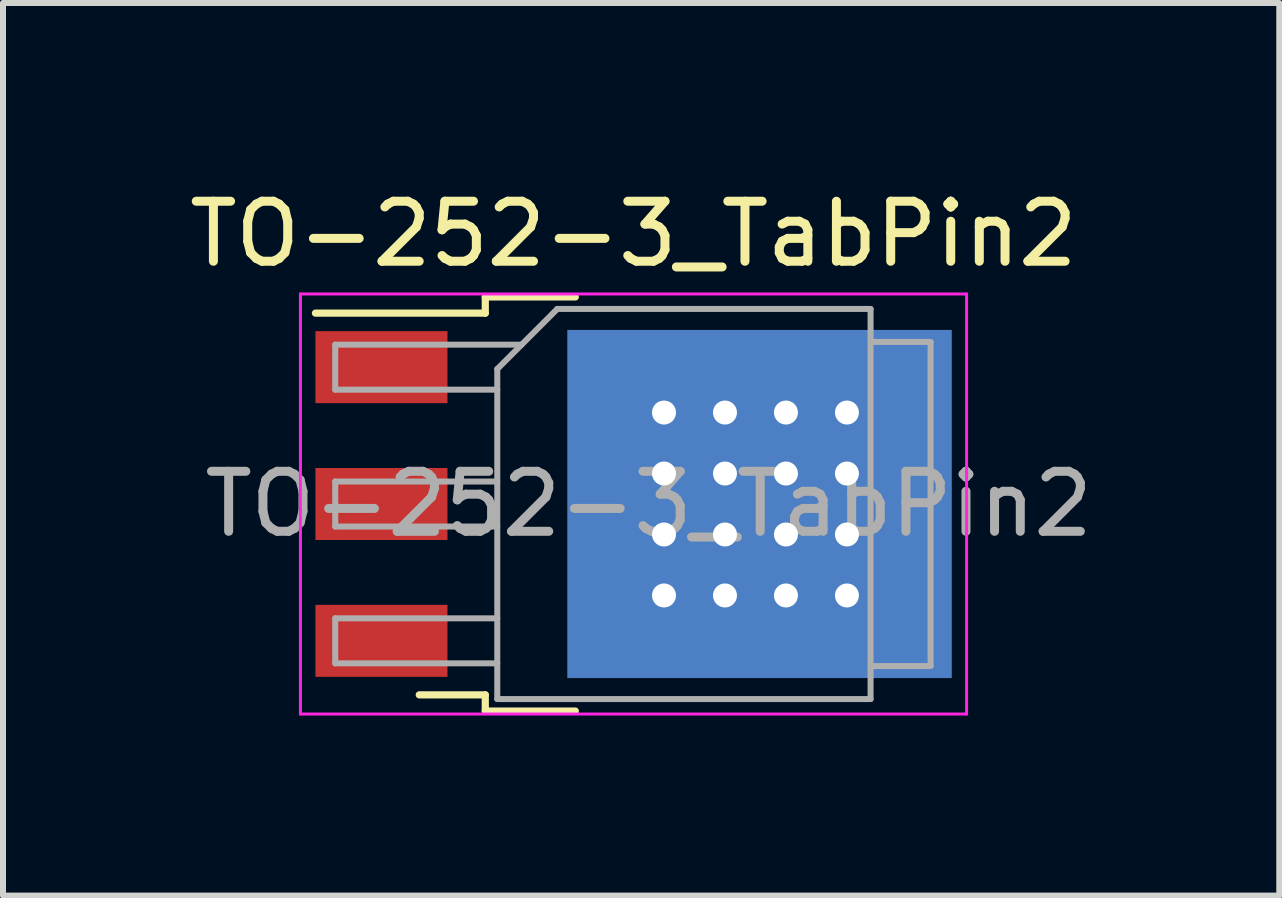
<source format=kicad_pcb>
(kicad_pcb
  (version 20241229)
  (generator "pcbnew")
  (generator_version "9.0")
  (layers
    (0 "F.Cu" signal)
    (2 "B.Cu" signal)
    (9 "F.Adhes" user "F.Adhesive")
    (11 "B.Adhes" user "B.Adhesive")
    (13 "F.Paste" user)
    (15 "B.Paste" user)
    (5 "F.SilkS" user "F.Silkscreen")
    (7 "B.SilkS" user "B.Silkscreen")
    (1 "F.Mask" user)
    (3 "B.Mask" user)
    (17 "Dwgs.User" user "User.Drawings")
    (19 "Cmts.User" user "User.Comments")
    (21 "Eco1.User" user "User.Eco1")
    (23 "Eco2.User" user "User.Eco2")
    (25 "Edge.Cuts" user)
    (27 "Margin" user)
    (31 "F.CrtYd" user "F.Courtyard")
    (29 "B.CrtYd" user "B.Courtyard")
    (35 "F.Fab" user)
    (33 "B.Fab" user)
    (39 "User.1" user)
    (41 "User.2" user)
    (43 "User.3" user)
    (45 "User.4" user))
  (footprint "TO-252-3_TabPin2"
    (layer "F.Cu")
    (at 7.506 5.348)
    (property "Reference" "TO-252-3_TabPin2" (at 0 -4.5 0) (layer "F.SilkS") (effects (font (size 1 1) (thickness 0.15))))
    (attr smd)
    (fp_line (start -2.47 -3.45) (end -2.47 -3.18) (stroke (width 0.12) (type solid)) (layer "F.SilkS"))
    (fp_line (start -2.47 -3.18) (end -5.3 -3.18) (stroke (width 0.12) (type solid)) (layer "F.SilkS"))
    (fp_line (start -2.47 3.18) (end -3.57 3.18) (stroke (width 0.12) (type solid)) (layer "F.SilkS"))
    (fp_line (start -2.47 3.45) (end -2.47 3.18) (stroke (width 0.12) (type solid)) (layer "F.SilkS"))
    (fp_line (start -0.97 -3.45) (end -2.47 -3.45) (stroke (width 0.12) (type solid)) (layer "F.SilkS"))
    (fp_line (start -0.97 3.45) (end -2.47 3.45) (stroke (width 0.12) (type solid)) (layer "F.SilkS"))
    (fp_line (start -5.55 -3.5) (end -5.55 3.5) (stroke (width 0.05) (type solid)) (layer "F.CrtYd"))
    (fp_line (start -5.55 3.5) (end 5.55 3.5) (stroke (width 0.05) (type solid)) (layer "F.CrtYd"))
    (fp_line (start 5.55 -3.5) (end -5.55 -3.5) (stroke (width 0.05) (type solid)) (layer "F.CrtYd"))
    (fp_line (start 5.55 3.5) (end 5.55 -3.5) (stroke (width 0.05) (type solid)) (layer "F.CrtYd"))
    (fp_line (start -4.97 -2.655) (end -4.97 -1.905) (stroke (width 0.1) (type solid)) (layer "F.Fab"))
    (fp_line (start -4.97 -1.905) (end -2.27 -1.905) (stroke (width 0.1) (type solid)) (layer "F.Fab"))
    (fp_line (start -4.97 -0.375) (end -4.97 0.375) (stroke (width 0.1) (type solid)) (layer "F.Fab"))
    (fp_line (start -4.97 0.375) (end -2.27 0.375) (stroke (width 0.1) (type solid)) (layer "F.Fab"))
    (fp_line (start -4.97 1.905) (end -4.97 2.655) (stroke (width 0.1) (type solid)) (layer "F.Fab"))
    (fp_line (start -4.97 2.655) (end -2.27 2.655) (stroke (width 0.1) (type solid)) (layer "F.Fab"))
    (fp_line (start -2.27 -2.25) (end -1.27 -3.25) (stroke (width 0.1) (type solid)) (layer "F.Fab"))
    (fp_line (start -2.27 -0.375) (end -4.97 -0.375) (stroke (width 0.1) (type solid)) (layer "F.Fab"))
    (fp_line (start -2.27 1.905) (end -4.97 1.905) (stroke (width 0.1) (type solid)) (layer "F.Fab"))
    (fp_line (start -2.27 3.25) (end -2.27 -2.25) (stroke (width 0.1) (type solid)) (layer "F.Fab"))
    (fp_line (start -1.865 -2.655) (end -4.97 -2.655) (stroke (width 0.1) (type solid)) (layer "F.Fab"))
    (fp_line (start -1.27 -3.25) (end 3.95 -3.25) (stroke (width 0.1) (type solid)) (layer "F.Fab"))
    (fp_line (start 3.95 -3.25) (end 3.95 3.25) (stroke (width 0.1) (type solid)) (layer "F.Fab"))
    (fp_line (start 3.95 -2.7) (end 4.95 -2.7) (stroke (width 0.1) (type solid)) (layer "F.Fab"))
    (fp_line (start 3.95 3.25) (end -2.27 3.25) (stroke (width 0.1) (type solid)) (layer "F.Fab"))
    (fp_line (start 4.95 -2.7) (end 4.95 2.7) (stroke (width 0.1) (type solid)) (layer "F.Fab"))
    (fp_line (start 4.95 2.7) (end 3.95 2.7) (stroke (width 0.1) (type solid)) (layer "F.Fab"))
    (fp_text user "${REFERENCE}" (at 0.254 0 0) (layer "F.Fab") (effects (font (size 1 1) (thickness 0.15))))
    (pad "" smd rect (at 0.425 -1.525) (size 3.05 2.75) (layers "F.Paste"))
    (pad "" smd rect (at 0.425 1.525) (size 3.05 2.75) (layers "F.Paste"))
    (pad "" smd rect (at 3.775 -1.525) (size 3.05 2.75) (layers "F.Paste"))
    (pad "" smd rect (at 3.775 1.525) (size 3.05 2.75) (layers "F.Paste"))
    (pad "1" smd rect (at -4.2 -2.28) (size 2.2 1.2) (layers "F.Cu" "F.Mask" "F.Paste"))
    (pad "2" smd rect (at -4.2 0) (size 2.2 1.2) (layers "F.Cu" "F.Mask" "F.Paste"))
    (pad "2" thru_hole circle (at 0.508 -1.524) (size 0.8 0.8) (drill 0.4) (layers "*.Cu"))
    (pad "2" thru_hole circle (at 0.508 -0.508) (size 0.8 0.8) (drill 0.4) (layers "*.Cu"))
    (pad "2" thru_hole circle (at 0.508 0.508) (size 0.8 0.8) (drill 0.4) (layers "*.Cu"))
    (pad "2" thru_hole circle (at 0.508 1.524) (size 0.8 0.8) (drill 0.4) (layers "*.Cu"))
    (pad "2" thru_hole circle (at 1.524 -1.524) (size 0.8 0.8) (drill 0.4) (layers "*.Cu"))
    (pad "2" thru_hole circle (at 1.524 -0.508) (size 0.8 0.8) (drill 0.4) (layers "*.Cu"))
    (pad "2" thru_hole circle (at 1.524 0.508) (size 0.8 0.8) (drill 0.4) (layers "*.Cu"))
    (pad "2" thru_hole circle (at 1.524 1.524) (size 0.8 0.8) (drill 0.4) (layers "*.Cu"))
    (pad "2" smd rect (at 2.1 0) (size 6.4 5.8) (layers "F.Cu" "F.Mask"))
    (pad "2" smd rect (at 2.1 0) (size 6.4 5.8) (layers "B.Cu" "B.Mask"))
    (pad "2" thru_hole circle (at 2.54 -1.524) (size 0.8 0.8) (drill 0.4) (layers "*.Cu"))
    (pad "2" thru_hole circle (at 2.54 -0.508) (size 0.8 0.8) (drill 0.4) (layers "*.Cu"))
    (pad "2" thru_hole circle (at 2.54 0.508) (size 0.8 0.8) (drill 0.4) (layers "*.Cu"))
    (pad "2" thru_hole circle (at 2.54 1.524) (size 0.8 0.8) (drill 0.4) (layers "*.Cu"))
    (pad "2" thru_hole circle (at 3.556 -1.524) (size 0.8 0.8) (drill 0.4) (layers "*.Cu"))
    (pad "2" thru_hole circle (at 3.556 -0.508) (size 0.8 0.8) (drill 0.4) (layers "*.Cu"))
    (pad "2" thru_hole circle (at 3.556 0.508) (size 0.8 0.8) (drill 0.4) (layers "*.Cu"))
    (pad "2" thru_hole circle (at 3.556 1.524) (size 0.8 0.8) (drill 0.4) (layers "*.Cu"))
    (pad "3" smd rect (at -4.2 2.28) (size 2.2 1.2) (layers "F.Cu" "F.Mask" "F.Paste")))
  (gr_rect
    (start -3 -3)
    (end 18.266 11.873)
    (stroke (width 0.1) (type default))
    (fill no)
    (layer "Edge.Cuts")))
</source>
